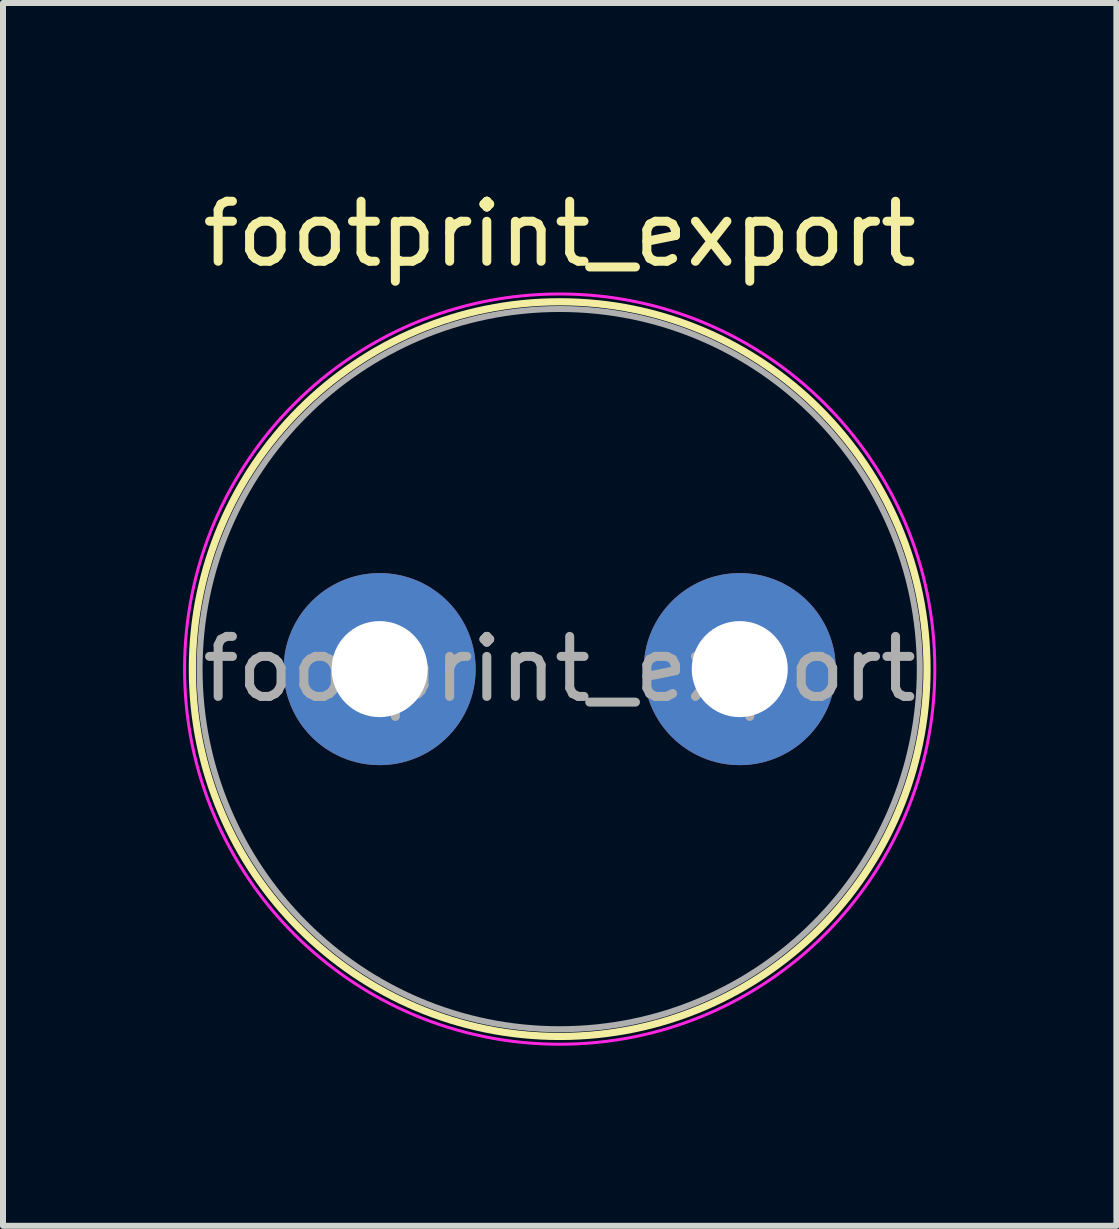
<source format=kicad_pcb>
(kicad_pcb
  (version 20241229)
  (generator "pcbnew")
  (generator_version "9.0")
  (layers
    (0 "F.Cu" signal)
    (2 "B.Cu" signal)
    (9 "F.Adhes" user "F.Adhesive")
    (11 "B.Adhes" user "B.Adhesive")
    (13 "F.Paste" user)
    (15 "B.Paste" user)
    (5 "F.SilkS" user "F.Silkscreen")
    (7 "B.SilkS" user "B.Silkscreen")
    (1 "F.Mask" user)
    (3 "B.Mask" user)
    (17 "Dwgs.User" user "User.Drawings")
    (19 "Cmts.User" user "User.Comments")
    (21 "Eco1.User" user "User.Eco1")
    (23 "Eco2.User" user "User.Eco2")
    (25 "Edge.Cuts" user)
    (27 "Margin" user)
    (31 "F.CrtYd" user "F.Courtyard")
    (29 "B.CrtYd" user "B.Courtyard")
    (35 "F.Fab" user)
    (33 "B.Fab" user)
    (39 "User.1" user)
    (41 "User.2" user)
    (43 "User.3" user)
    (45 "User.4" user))
  (footprint "footprint_export"
    (layer "F.Cu")
    (at 3.275 8.098)
    (property "Reference" "footprint_export" (at 3 -7.25 0) (layer "F.SilkS") (effects (font (size 1 1) (thickness 0.15))))
    (attr through_hole)
    (fp_circle (center 3 0) (end 9.12 0) (stroke (width 0.12) (type solid)) (fill no) (layer "F.SilkS"))
    (fp_circle (center 3 0) (end 9.25 0) (stroke (width 0.05) (type solid)) (fill no) (layer "F.CrtYd"))
    (fp_circle (center 3 0) (end 9 0) (stroke (width 0.1) (type solid)) (fill no) (layer "F.Fab"))
    (fp_text user "${REFERENCE}" (at 3 0 0) (layer "F.Fab") (effects (font (size 1 1) (thickness 0.15))))
    (pad "1" thru_hole circle (at 0 0) (size 3.2 3.2) (drill 1.6) (layers "*.Cu" "*.Mask"))
    (pad "2" thru_hole circle (at 6 0) (size 3.2 3.2) (drill 1.6) (layers "*.Cu" "*.Mask")))
  (gr_rect
    (start -3 -3)
    (end 15.55 17.373)
    (stroke (width 0.1) (type default))
    (fill no)
    (layer "Edge.Cuts")))
</source>
